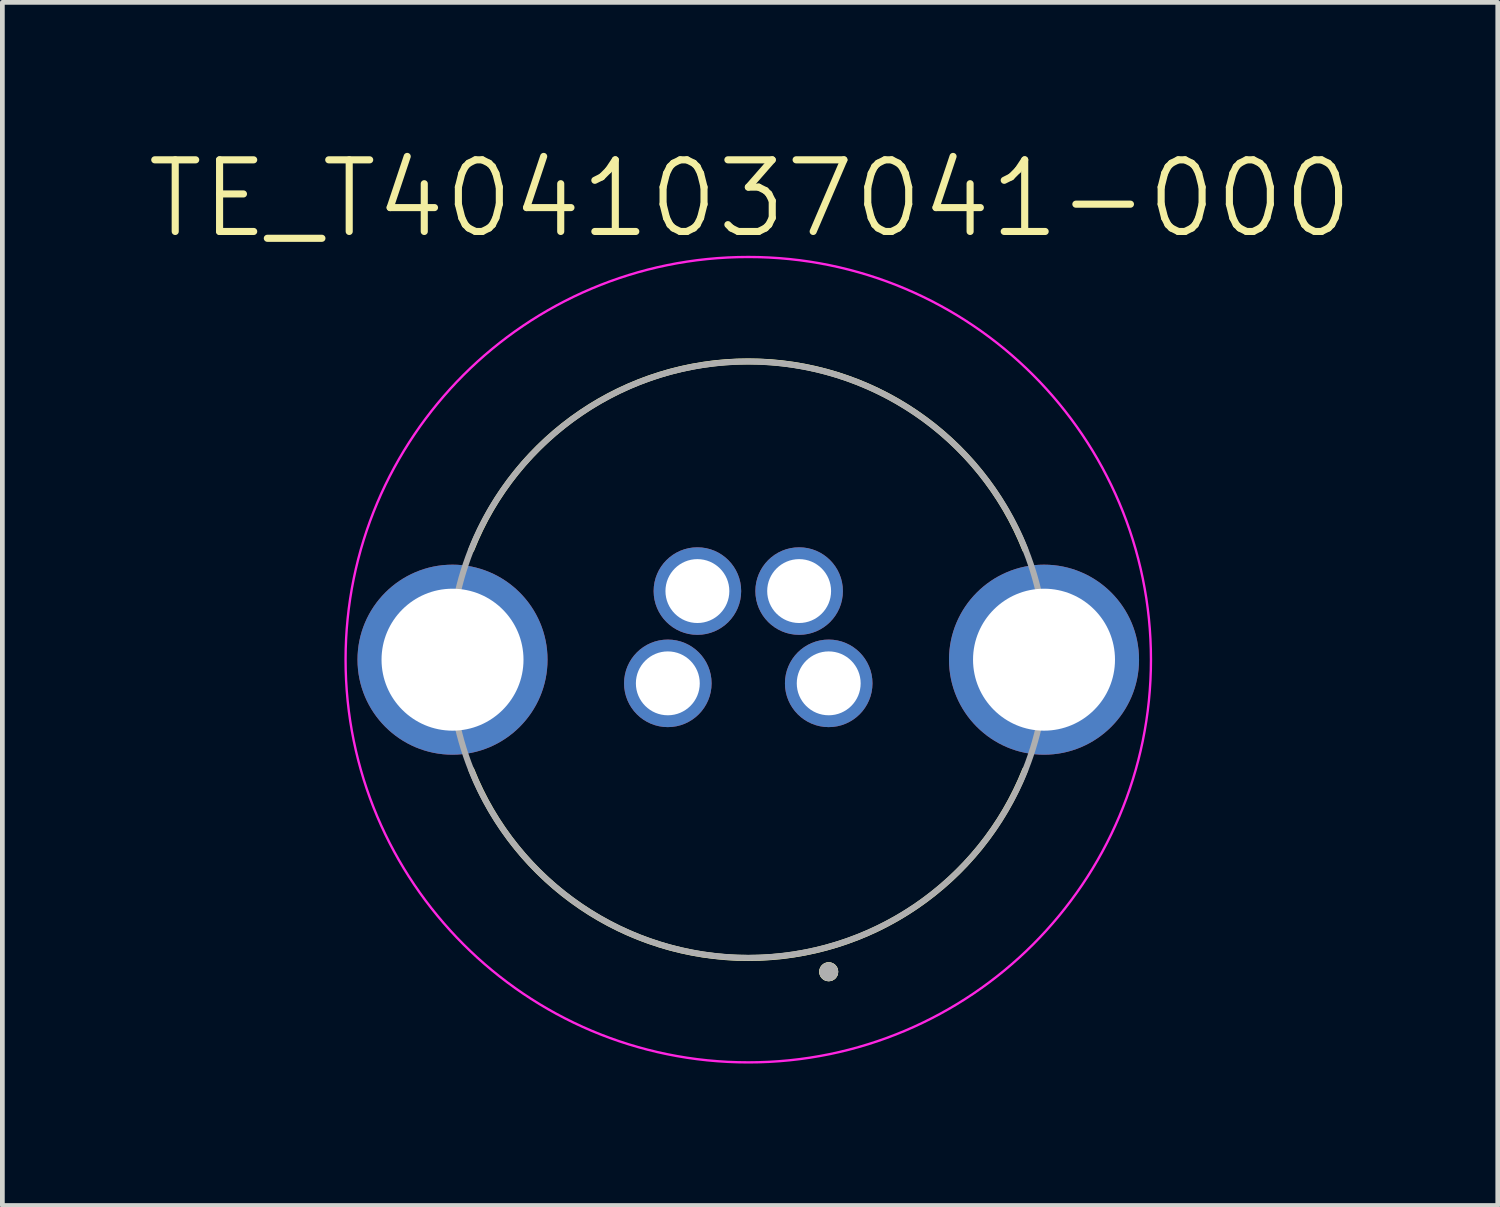
<source format=kicad_pcb>
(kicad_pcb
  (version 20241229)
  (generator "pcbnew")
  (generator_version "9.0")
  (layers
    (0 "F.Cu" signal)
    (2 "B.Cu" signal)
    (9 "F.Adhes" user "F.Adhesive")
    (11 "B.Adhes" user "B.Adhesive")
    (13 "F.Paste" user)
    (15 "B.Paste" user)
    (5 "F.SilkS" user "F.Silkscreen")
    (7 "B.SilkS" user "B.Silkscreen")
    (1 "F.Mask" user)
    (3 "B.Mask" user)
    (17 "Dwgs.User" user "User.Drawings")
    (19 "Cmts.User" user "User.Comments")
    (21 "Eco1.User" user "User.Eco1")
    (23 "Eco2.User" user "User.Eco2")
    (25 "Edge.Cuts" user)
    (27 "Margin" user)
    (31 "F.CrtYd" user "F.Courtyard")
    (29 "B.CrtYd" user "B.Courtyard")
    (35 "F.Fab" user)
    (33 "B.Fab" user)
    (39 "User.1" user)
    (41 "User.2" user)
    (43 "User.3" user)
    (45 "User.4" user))
  (footprint "TE_T4041037041-000"
    (layer "F.Cu")
    (at 12.763 10.891)
    (property "Reference" "TE_T4041037041-000" (at 0.038 -9.742 0) (layer "F.SilkS") (effects (font (size 1.514 1.514) (thickness 0.15))))
    (attr through_hole)
    (fp_arc (start -5.852 -2.326999) (mid 0 -6.304015) (end 5.852 -2.327) (stroke (width 0.127) (type solid)) (layer "F.SilkS"))
    (fp_arc (start 5.852 2.326999) (mid 0 6.304015) (end -5.852 2.327) (stroke (width 0.127) (type solid)) (layer "F.SilkS"))
    (fp_circle (center 1.7 6.595) (end 1.8 6.595) (stroke (width 0.2) (type solid)) (fill no) (layer "F.SilkS"))
    (fp_circle (center 1.7 6.595) (end 1.8 6.595) (stroke (width 0.2) (type solid)) (fill no) (layer "F.SilkS"))
    (fp_circle (center 0 0) (end 8.51 0) (stroke (width 0.05) (type solid)) (fill no) (layer "F.CrtYd"))
    (fp_circle (center 0 0) (end 6.3 0) (stroke (width 0.127) (type solid)) (fill no) (layer "F.Fab"))
    (fp_circle (center 1.7 6.595) (end 1.8 6.595) (stroke (width 0.2) (type solid)) (fill no) (layer "F.Fab"))
    (pad "1" thru_hole circle (at 1.7 0.5) (size 1.85 1.85) (drill 1.35) (layers "*.Cu" "*.Mask"))
    (pad "2" thru_hole circle (at 1.075 -1.45) (size 1.85 1.85) (drill 1.35) (layers "*.Cu" "*.Mask"))
    (pad "3" thru_hole circle (at -1.7 0.5) (size 1.85 1.85) (drill 1.35) (layers "*.Cu" "*.Mask"))
    (pad "4" thru_hole circle (at -1.075 -1.45) (size 1.85 1.85) (drill 1.35) (layers "*.Cu" "*.Mask"))
    (pad "S1" thru_hole circle (at -6.25 0) (size 4.016 4.016) (drill 3) (layers "*.Cu" "*.Mask"))
    (pad "S2" thru_hole circle (at 6.25 0) (size 4.016 4.016) (drill 3) (layers "*.Cu" "*.Mask")))
  (gr_rect
    (start -3 -3)
    (end 28.602 22.426)
    (stroke (width 0.1) (type default))
    (fill no)
    (layer "Edge.Cuts")))
</source>
